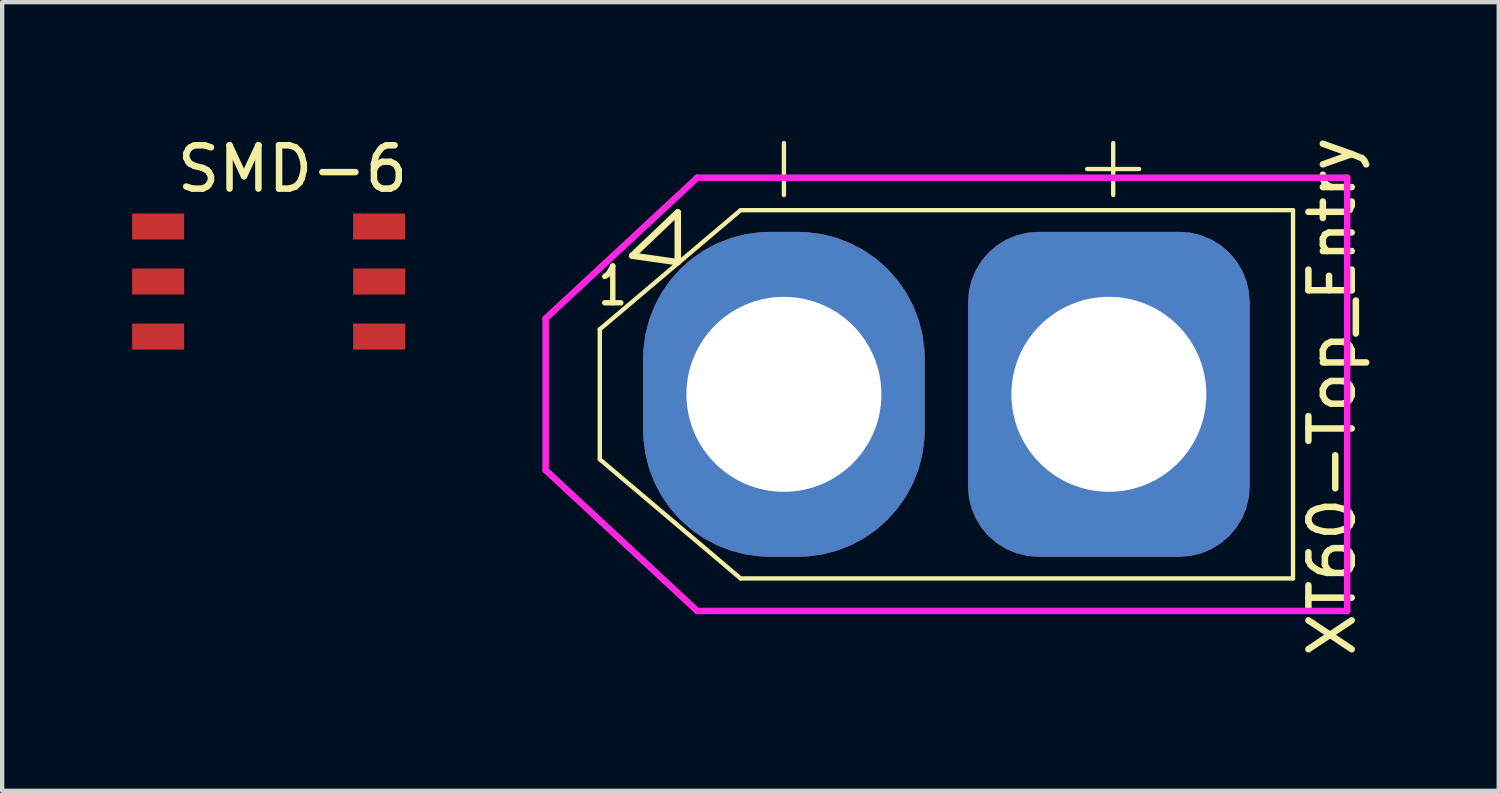
<source format=kicad_pcb>
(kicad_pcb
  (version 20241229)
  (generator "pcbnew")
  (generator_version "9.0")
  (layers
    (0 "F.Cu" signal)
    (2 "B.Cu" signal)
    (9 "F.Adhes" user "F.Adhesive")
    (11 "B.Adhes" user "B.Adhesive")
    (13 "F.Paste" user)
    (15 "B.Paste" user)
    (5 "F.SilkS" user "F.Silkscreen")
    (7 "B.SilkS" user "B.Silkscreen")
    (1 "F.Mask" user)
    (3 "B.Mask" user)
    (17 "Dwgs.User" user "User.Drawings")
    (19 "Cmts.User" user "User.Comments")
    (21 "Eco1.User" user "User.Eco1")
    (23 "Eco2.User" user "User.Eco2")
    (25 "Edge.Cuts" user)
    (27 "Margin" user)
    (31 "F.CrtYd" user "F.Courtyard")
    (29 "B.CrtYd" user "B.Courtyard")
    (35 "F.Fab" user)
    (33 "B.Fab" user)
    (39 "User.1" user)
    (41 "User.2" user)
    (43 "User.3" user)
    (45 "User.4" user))
  (footprint "XT60-Top_Entry"
    (layer "F.Cu")
    (at 15.043 6.051)
    (property "Reference" "XT60-Top_Entry" (at 12.65 0.05 90) (layer "F.SilkS") (effects (font (size 1 1) (thickness 0.15))))
    (attr through_hole)
    (fp_line (start -4.25 -1.5) (end -4.25 1.5) (stroke (width 0.1) (type solid)) (layer "F.SilkS"))
    (fp_line (start -3.5 -3.2) (end -2.45 -3.05) (stroke (width 0.15) (type solid)) (layer "F.SilkS"))
    (fp_line (start -2.45 -4.2) (end -3.5 -3.2) (stroke (width 0.15) (type solid)) (layer "F.SilkS"))
    (fp_line (start -2.45 -3.05) (end -2.45 -4.2) (stroke (width 0.15) (type solid)) (layer "F.SilkS"))
    (fp_line (start -1 -4.25) (end -4.25 -1.5) (stroke (width 0.1) (type solid)) (layer "F.SilkS"))
    (fp_line (start -1 4.25) (end -4.25 1.5) (stroke (width 0.1) (type solid)) (layer "F.SilkS"))
    (fp_line (start 0 -5.8) (end 0 -4.6) (stroke (width 0.1) (type solid)) (layer "F.SilkS"))
    (fp_line (start 7.6 -5.8) (end 7.6 -4.6) (stroke (width 0.1) (type solid)) (layer "F.SilkS"))
    (fp_line (start 8.2 -5.2) (end 7 -5.2) (stroke (width 0.1) (type solid)) (layer "F.SilkS"))
    (fp_line (start 11.75 -4.25) (end -1 -4.25) (stroke (width 0.1) (type solid)) (layer "F.SilkS"))
    (fp_line (start 11.75 4.25) (end -1 4.25) (stroke (width 0.1) (type solid)) (layer "F.SilkS"))
    (fp_line (start 11.75 4.25) (end 11.75 -4.25) (stroke (width 0.1) (type solid)) (layer "F.SilkS"))
    (fp_line (start -5.5 -1.75) (end -5.5 1.75) (stroke (width 0.15) (type solid)) (layer "F.CrtYd"))
    (fp_line (start -5.5 1.75) (end -2 5) (stroke (width 0.15) (type solid)) (layer "F.CrtYd"))
    (fp_line (start -2 -5) (end -5.5 -1.75) (stroke (width 0.15) (type solid)) (layer "F.CrtYd"))
    (fp_line (start -2 5) (end 13 5) (stroke (width 0.15) (type solid)) (layer "F.CrtYd"))
    (fp_line (start 13 -5) (end -2 -5) (stroke (width 0.15) (type solid)) (layer "F.CrtYd"))
    (fp_line (start 13 5) (end 13 -5) (stroke (width 0.15) (type solid)) (layer "F.CrtYd"))
    (fp_text user "1" (at -3.95 -2.5 0) (layer "F.SilkS") (effects (font (size 0.85 0.65) (thickness 0.125))))
    (pad "1" thru_hole roundrect (at 7.5 0) (size 6.5 7.5) (drill 4.5) (layers "*.Cu" "*.Mask") (roundrect_rratio 0.25))
    (pad "2" thru_hole roundrect (at 0 0) (size 6.5 7.5) (drill 4.5) (layers "*.Cu" "*.Mask") (roundrect_rratio 0.45)))
  (footprint "SMD-6"
    (layer "F.Cu")
    (at 1.2 1.878)
    (property "Reference" "SMD-6" (at 2.5 -1.03 0) (layer "F.SilkS") (effects (font (size 1 1) (thickness 0.15))))
    (attr through_hole)
    (pad "1" smd rect (at -0.6 0.3) (size 1.2 0.6) (layers "F.Cu" "F.Mask" "F.Paste"))
    (pad "2" smd rect (at -0.6 1.57) (size 1.2 0.6) (layers "F.Cu" "F.Mask" "F.Paste"))
    (pad "3" smd rect (at -0.6 2.84) (size 1.2 0.6) (layers "F.Cu" "F.Mask" "F.Paste"))
    (pad "4" smd rect (at 4.5 2.84) (size 1.2 0.6) (layers "F.Cu" "F.Mask" "F.Paste"))
    (pad "5" smd rect (at 4.5 1.57) (size 1.2 0.6) (layers "F.Cu" "F.Mask" "F.Paste"))
    (pad "6" smd rect (at 4.5 0.3) (size 1.2 0.6) (layers "F.Cu" "F.Mask" "F.Paste")))
  (gr_rect
    (start -3 -3)
    (end 31.541 15.202)
    (stroke (width 0.1) (type default))
    (fill no)
    (layer "Edge.Cuts")))
</source>
